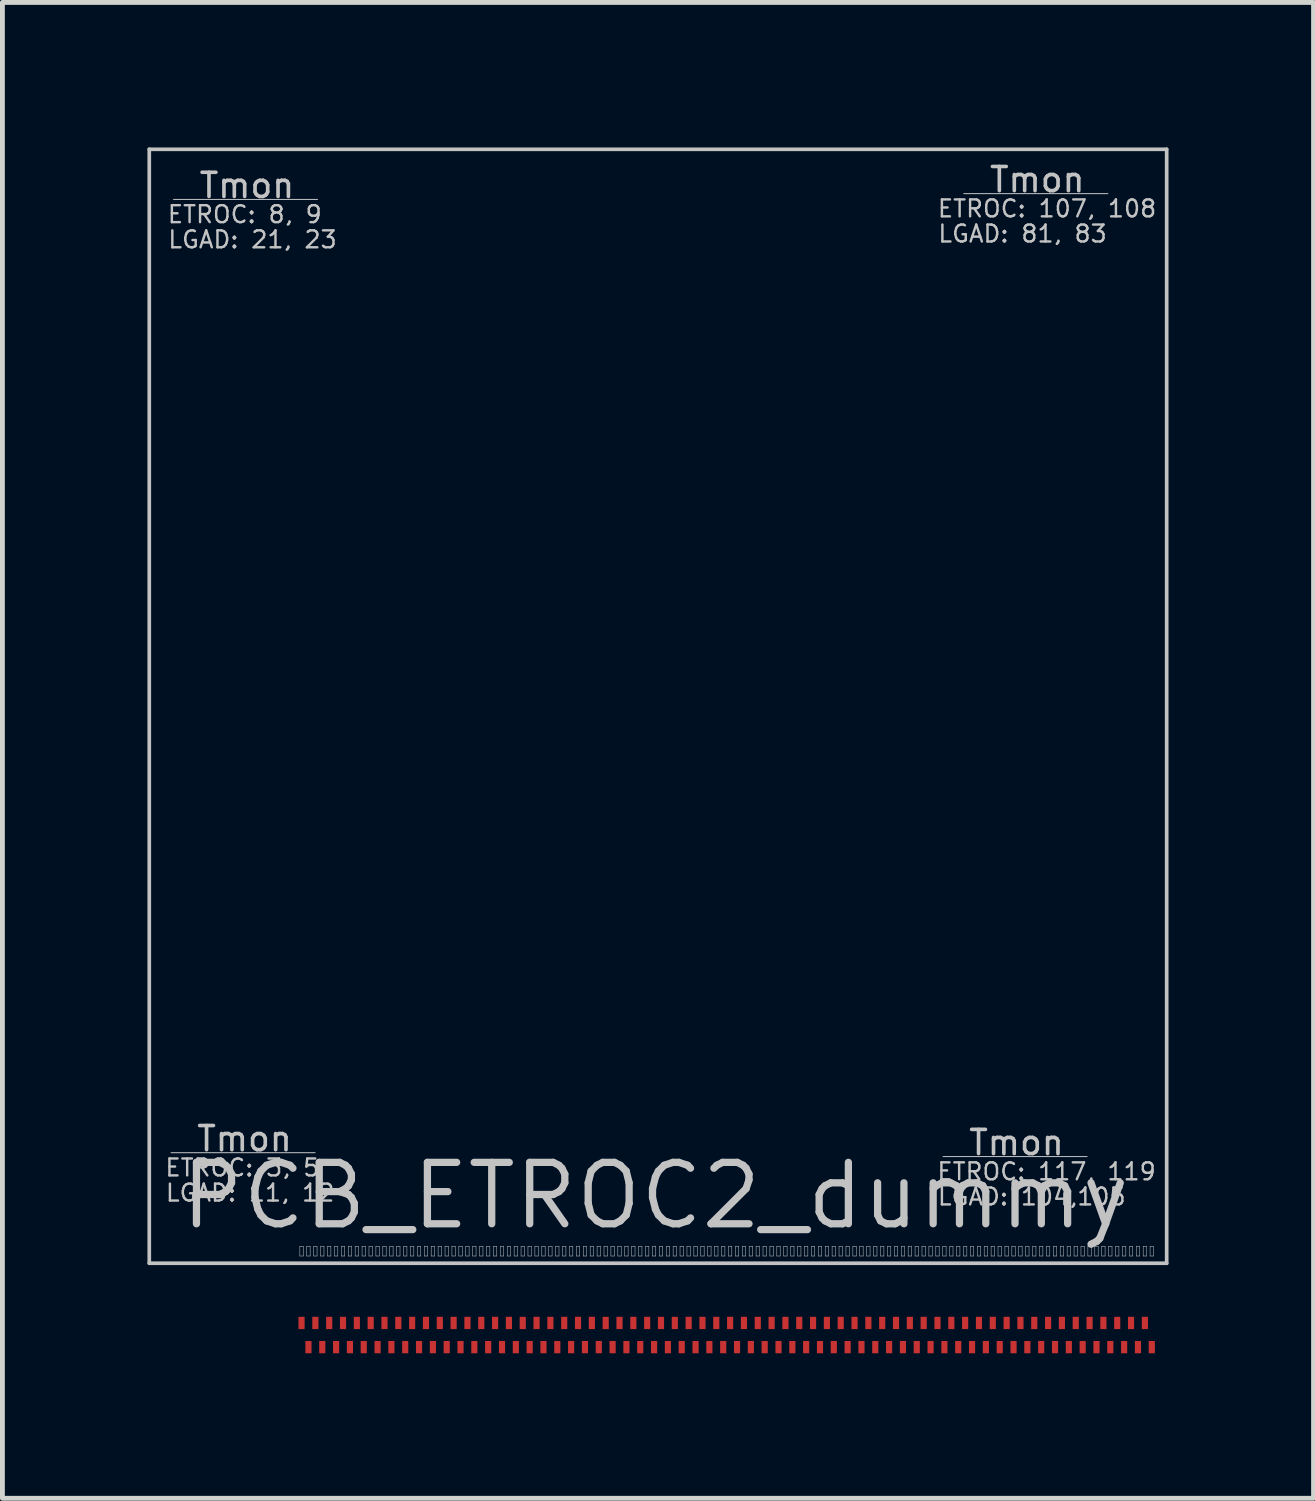
<source format=kicad_pcb>
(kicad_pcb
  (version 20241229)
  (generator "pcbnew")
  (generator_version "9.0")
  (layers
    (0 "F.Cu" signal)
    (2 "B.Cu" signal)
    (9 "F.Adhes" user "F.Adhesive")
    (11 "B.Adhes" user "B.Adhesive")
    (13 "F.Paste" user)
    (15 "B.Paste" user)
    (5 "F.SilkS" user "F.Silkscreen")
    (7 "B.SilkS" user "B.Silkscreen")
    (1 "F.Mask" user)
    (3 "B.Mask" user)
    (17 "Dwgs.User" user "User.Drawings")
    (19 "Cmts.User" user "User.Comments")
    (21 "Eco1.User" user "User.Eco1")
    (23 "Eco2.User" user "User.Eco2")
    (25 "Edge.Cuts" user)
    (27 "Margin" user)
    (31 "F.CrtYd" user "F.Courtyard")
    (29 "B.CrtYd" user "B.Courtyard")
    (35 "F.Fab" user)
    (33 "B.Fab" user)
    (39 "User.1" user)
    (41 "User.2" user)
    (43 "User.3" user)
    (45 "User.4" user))
  (footprint "PCB_ETROC2_dummy"
    (layer "F.Cu")
    (at 10.509 21.686)
    (property "Reference" "PCB_ETROC2_dummy" (at 0 0 0) (layer "Dwgs.User") (effects (font (size 1.27 1.27) (thickness 0.15))))
    (attr through_hole)
    (fp_line (start -10.471 -21.648) (end 10.576 -21.648) (stroke (width 0.076) (type solid)) (layer "Dwgs.User"))
    (fp_line (start -10.471 1.397) (end -10.471 -21.648) (stroke (width 0.076) (type solid)) (layer "Dwgs.User"))
    (fp_line (start -10.02 -0.89) (end -7.04 -0.89) (stroke (width 0.02) (type solid)) (layer "Dwgs.User"))
    (fp_line (start -9.97 -20.61) (end -6.99 -20.61) (stroke (width 0.02) (type solid)) (layer "Dwgs.User"))
    (fp_line (start -7.356 1.047) (end -7.356 1.247) (stroke (width 0.01) (type solid)) (layer "Dwgs.User"))
    (fp_line (start -7.356 1.247) (end -7.286 1.247) (stroke (width 0.01) (type solid)) (layer "Dwgs.User"))
    (fp_line (start -7.286 1.047) (end -7.356 1.047) (stroke (width 0.01) (type solid)) (layer "Dwgs.User"))
    (fp_line (start -7.286 1.247) (end -7.286 1.047) (stroke (width 0.01) (type solid)) (layer "Dwgs.User"))
    (fp_line (start -7.213 1.047) (end -7.213 1.247) (stroke (width 0.01) (type solid)) (layer "Dwgs.User"))
    (fp_line (start -7.213 1.247) (end -7.143 1.247) (stroke (width 0.01) (type solid)) (layer "Dwgs.User"))
    (fp_line (start -7.143 1.047) (end -7.213 1.047) (stroke (width 0.01) (type solid)) (layer "Dwgs.User"))
    (fp_line (start -7.143 1.247) (end -7.143 1.047) (stroke (width 0.01) (type solid)) (layer "Dwgs.User"))
    (fp_line (start -7.07 1.047) (end -7.07 1.247) (stroke (width 0.01) (type solid)) (layer "Dwgs.User"))
    (fp_line (start -7.07 1.247) (end -7 1.247) (stroke (width 0.01) (type solid)) (layer "Dwgs.User"))
    (fp_line (start -7 1.047) (end -7.07 1.047) (stroke (width 0.01) (type solid)) (layer "Dwgs.User"))
    (fp_line (start -7 1.247) (end -7 1.047) (stroke (width 0.01) (type solid)) (layer "Dwgs.User"))
    (fp_line (start -6.927 1.047) (end -6.927 1.247) (stroke (width 0.01) (type solid)) (layer "Dwgs.User"))
    (fp_line (start -6.927 1.247) (end -6.857 1.247) (stroke (width 0.01) (type solid)) (layer "Dwgs.User"))
    (fp_line (start -6.857 1.047) (end -6.927 1.047) (stroke (width 0.01) (type solid)) (layer "Dwgs.User"))
    (fp_line (start -6.857 1.247) (end -6.857 1.047) (stroke (width 0.01) (type solid)) (layer "Dwgs.User"))
    (fp_line (start -6.784 1.047) (end -6.784 1.247) (stroke (width 0.01) (type solid)) (layer "Dwgs.User"))
    (fp_line (start -6.784 1.247) (end -6.714 1.247) (stroke (width 0.01) (type solid)) (layer "Dwgs.User"))
    (fp_line (start -6.714 1.047) (end -6.784 1.047) (stroke (width 0.01) (type solid)) (layer "Dwgs.User"))
    (fp_line (start -6.714 1.247) (end -6.714 1.047) (stroke (width 0.01) (type solid)) (layer "Dwgs.User"))
    (fp_line (start -6.641 1.047) (end -6.641 1.247) (stroke (width 0.01) (type solid)) (layer "Dwgs.User"))
    (fp_line (start -6.641 1.247) (end -6.571 1.247) (stroke (width 0.01) (type solid)) (layer "Dwgs.User"))
    (fp_line (start -6.571 1.047) (end -6.641 1.047) (stroke (width 0.01) (type solid)) (layer "Dwgs.User"))
    (fp_line (start -6.571 1.247) (end -6.571 1.047) (stroke (width 0.01) (type solid)) (layer "Dwgs.User"))
    (fp_line (start -6.498 1.047) (end -6.498 1.247) (stroke (width 0.01) (type solid)) (layer "Dwgs.User"))
    (fp_line (start -6.498 1.247) (end -6.428 1.247) (stroke (width 0.01) (type solid)) (layer "Dwgs.User"))
    (fp_line (start -6.428 1.047) (end -6.498 1.047) (stroke (width 0.01) (type solid)) (layer "Dwgs.User"))
    (fp_line (start -6.428 1.247) (end -6.428 1.047) (stroke (width 0.01) (type solid)) (layer "Dwgs.User"))
    (fp_line (start -6.355 1.047) (end -6.355 1.247) (stroke (width 0.01) (type solid)) (layer "Dwgs.User"))
    (fp_line (start -6.355 1.247) (end -6.285 1.247) (stroke (width 0.01) (type solid)) (layer "Dwgs.User"))
    (fp_line (start -6.285 1.047) (end -6.355 1.047) (stroke (width 0.01) (type solid)) (layer "Dwgs.User"))
    (fp_line (start -6.285 1.247) (end -6.285 1.047) (stroke (width 0.01) (type solid)) (layer "Dwgs.User"))
    (fp_line (start -6.212 1.047) (end -6.212 1.247) (stroke (width 0.01) (type solid)) (layer "Dwgs.User"))
    (fp_line (start -6.212 1.247) (end -6.142 1.247) (stroke (width 0.01) (type solid)) (layer "Dwgs.User"))
    (fp_line (start -6.142 1.047) (end -6.212 1.047) (stroke (width 0.01) (type solid)) (layer "Dwgs.User"))
    (fp_line (start -6.142 1.247) (end -6.142 1.047) (stroke (width 0.01) (type solid)) (layer "Dwgs.User"))
    (fp_line (start -6.069 1.047) (end -6.069 1.247) (stroke (width 0.01) (type solid)) (layer "Dwgs.User"))
    (fp_line (start -6.069 1.247) (end -5.999 1.247) (stroke (width 0.01) (type solid)) (layer "Dwgs.User"))
    (fp_line (start -5.999 1.047) (end -6.069 1.047) (stroke (width 0.01) (type solid)) (layer "Dwgs.User"))
    (fp_line (start -5.999 1.247) (end -5.999 1.047) (stroke (width 0.01) (type solid)) (layer "Dwgs.User"))
    (fp_line (start -5.926 1.047) (end -5.926 1.247) (stroke (width 0.01) (type solid)) (layer "Dwgs.User"))
    (fp_line (start -5.926 1.247) (end -5.856 1.247) (stroke (width 0.01) (type solid)) (layer "Dwgs.User"))
    (fp_line (start -5.856 1.047) (end -5.926 1.047) (stroke (width 0.01) (type solid)) (layer "Dwgs.User"))
    (fp_line (start -5.856 1.247) (end -5.856 1.047) (stroke (width 0.01) (type solid)) (layer "Dwgs.User"))
    (fp_line (start -5.783 1.047) (end -5.783 1.247) (stroke (width 0.01) (type solid)) (layer "Dwgs.User"))
    (fp_line (start -5.783 1.247) (end -5.713 1.247) (stroke (width 0.01) (type solid)) (layer "Dwgs.User"))
    (fp_line (start -5.713 1.047) (end -5.783 1.047) (stroke (width 0.01) (type solid)) (layer "Dwgs.User"))
    (fp_line (start -5.713 1.247) (end -5.713 1.047) (stroke (width 0.01) (type solid)) (layer "Dwgs.User"))
    (fp_line (start -5.64 1.047) (end -5.64 1.247) (stroke (width 0.01) (type solid)) (layer "Dwgs.User"))
    (fp_line (start -5.64 1.247) (end -5.57 1.247) (stroke (width 0.01) (type solid)) (layer "Dwgs.User"))
    (fp_line (start -5.57 1.047) (end -5.64 1.047) (stroke (width 0.01) (type solid)) (layer "Dwgs.User"))
    (fp_line (start -5.57 1.247) (end -5.57 1.047) (stroke (width 0.01) (type solid)) (layer "Dwgs.User"))
    (fp_line (start -5.497 1.047) (end -5.497 1.247) (stroke (width 0.01) (type solid)) (layer "Dwgs.User"))
    (fp_line (start -5.497 1.247) (end -5.427 1.247) (stroke (width 0.01) (type solid)) (layer "Dwgs.User"))
    (fp_line (start -5.427 1.047) (end -5.497 1.047) (stroke (width 0.01) (type solid)) (layer "Dwgs.User"))
    (fp_line (start -5.427 1.247) (end -5.427 1.047) (stroke (width 0.01) (type solid)) (layer "Dwgs.User"))
    (fp_line (start -5.354 1.047) (end -5.354 1.247) (stroke (width 0.01) (type solid)) (layer "Dwgs.User"))
    (fp_line (start -5.354 1.247) (end -5.284 1.247) (stroke (width 0.01) (type solid)) (layer "Dwgs.User"))
    (fp_line (start -5.284 1.047) (end -5.354 1.047) (stroke (width 0.01) (type solid)) (layer "Dwgs.User"))
    (fp_line (start -5.284 1.247) (end -5.284 1.047) (stroke (width 0.01) (type solid)) (layer "Dwgs.User"))
    (fp_line (start -5.211 1.047) (end -5.211 1.247) (stroke (width 0.01) (type solid)) (layer "Dwgs.User"))
    (fp_line (start -5.211 1.247) (end -5.141 1.247) (stroke (width 0.01) (type solid)) (layer "Dwgs.User"))
    (fp_line (start -5.141 1.047) (end -5.211 1.047) (stroke (width 0.01) (type solid)) (layer "Dwgs.User"))
    (fp_line (start -5.141 1.247) (end -5.141 1.047) (stroke (width 0.01) (type solid)) (layer "Dwgs.User"))
    (fp_line (start -5.068 1.047) (end -5.068 1.247) (stroke (width 0.01) (type solid)) (layer "Dwgs.User"))
    (fp_line (start -5.068 1.247) (end -4.998 1.247) (stroke (width 0.01) (type solid)) (layer "Dwgs.User"))
    (fp_line (start -4.998 1.047) (end -5.068 1.047) (stroke (width 0.01) (type solid)) (layer "Dwgs.User"))
    (fp_line (start -4.998 1.247) (end -4.998 1.047) (stroke (width 0.01) (type solid)) (layer "Dwgs.User"))
    (fp_line (start -4.925 1.047) (end -4.925 1.247) (stroke (width 0.01) (type solid)) (layer "Dwgs.User"))
    (fp_line (start -4.925 1.247) (end -4.855 1.247) (stroke (width 0.01) (type solid)) (layer "Dwgs.User"))
    (fp_line (start -4.855 1.047) (end -4.925 1.047) (stroke (width 0.01) (type solid)) (layer "Dwgs.User"))
    (fp_line (start -4.855 1.247) (end -4.855 1.047) (stroke (width 0.01) (type solid)) (layer "Dwgs.User"))
    (fp_line (start -4.782 1.047) (end -4.782 1.247) (stroke (width 0.01) (type solid)) (layer "Dwgs.User"))
    (fp_line (start -4.782 1.247) (end -4.712 1.247) (stroke (width 0.01) (type solid)) (layer "Dwgs.User"))
    (fp_line (start -4.712 1.047) (end -4.782 1.047) (stroke (width 0.01) (type solid)) (layer "Dwgs.User"))
    (fp_line (start -4.712 1.247) (end -4.712 1.047) (stroke (width 0.01) (type solid)) (layer "Dwgs.User"))
    (fp_line (start -4.639 1.047) (end -4.639 1.247) (stroke (width 0.01) (type solid)) (layer "Dwgs.User"))
    (fp_line (start -4.639 1.247) (end -4.569 1.247) (stroke (width 0.01) (type solid)) (layer "Dwgs.User"))
    (fp_line (start -4.569 1.047) (end -4.639 1.047) (stroke (width 0.01) (type solid)) (layer "Dwgs.User"))
    (fp_line (start -4.569 1.247) (end -4.569 1.047) (stroke (width 0.01) (type solid)) (layer "Dwgs.User"))
    (fp_line (start -4.496 1.047) (end -4.496 1.247) (stroke (width 0.01) (type solid)) (layer "Dwgs.User"))
    (fp_line (start -4.496 1.247) (end -4.426 1.247) (stroke (width 0.01) (type solid)) (layer "Dwgs.User"))
    (fp_line (start -4.426 1.047) (end -4.496 1.047) (stroke (width 0.01) (type solid)) (layer "Dwgs.User"))
    (fp_line (start -4.426 1.247) (end -4.426 1.047) (stroke (width 0.01) (type solid)) (layer "Dwgs.User"))
    (fp_line (start -4.353 1.047) (end -4.353 1.247) (stroke (width 0.01) (type solid)) (layer "Dwgs.User"))
    (fp_line (start -4.353 1.247) (end -4.283 1.247) (stroke (width 0.01) (type solid)) (layer "Dwgs.User"))
    (fp_line (start -4.283 1.047) (end -4.353 1.047) (stroke (width 0.01) (type solid)) (layer "Dwgs.User"))
    (fp_line (start -4.283 1.247) (end -4.283 1.047) (stroke (width 0.01) (type solid)) (layer "Dwgs.User"))
    (fp_line (start -4.21 1.047) (end -4.21 1.247) (stroke (width 0.01) (type solid)) (layer "Dwgs.User"))
    (fp_line (start -4.21 1.247) (end -4.14 1.247) (stroke (width 0.01) (type solid)) (layer "Dwgs.User"))
    (fp_line (start -4.14 1.047) (end -4.21 1.047) (stroke (width 0.01) (type solid)) (layer "Dwgs.User"))
    (fp_line (start -4.14 1.247) (end -4.14 1.047) (stroke (width 0.01) (type solid)) (layer "Dwgs.User"))
    (fp_line (start -4.067 1.047) (end -4.067 1.247) (stroke (width 0.01) (type solid)) (layer "Dwgs.User"))
    (fp_line (start -4.067 1.247) (end -3.997 1.247) (stroke (width 0.01) (type solid)) (layer "Dwgs.User"))
    (fp_line (start -3.997 1.047) (end -4.067 1.047) (stroke (width 0.01) (type solid)) (layer "Dwgs.User"))
    (fp_line (start -3.997 1.247) (end -3.997 1.047) (stroke (width 0.01) (type solid)) (layer "Dwgs.User"))
    (fp_line (start -3.924 1.047) (end -3.924 1.247) (stroke (width 0.01) (type solid)) (layer "Dwgs.User"))
    (fp_line (start -3.924 1.247) (end -3.854 1.247) (stroke (width 0.01) (type solid)) (layer "Dwgs.User"))
    (fp_line (start -3.854 1.047) (end -3.924 1.047) (stroke (width 0.01) (type solid)) (layer "Dwgs.User"))
    (fp_line (start -3.854 1.247) (end -3.854 1.047) (stroke (width 0.01) (type solid)) (layer "Dwgs.User"))
    (fp_line (start -3.781 1.047) (end -3.781 1.247) (stroke (width 0.01) (type solid)) (layer "Dwgs.User"))
    (fp_line (start -3.781 1.247) (end -3.711 1.247) (stroke (width 0.01) (type solid)) (layer "Dwgs.User"))
    (fp_line (start -3.711 1.047) (end -3.781 1.047) (stroke (width 0.01) (type solid)) (layer "Dwgs.User"))
    (fp_line (start -3.711 1.247) (end -3.711 1.047) (stroke (width 0.01) (type solid)) (layer "Dwgs.User"))
    (fp_line (start -3.638 1.047) (end -3.638 1.247) (stroke (width 0.01) (type solid)) (layer "Dwgs.User"))
    (fp_line (start -3.638 1.247) (end -3.568 1.247) (stroke (width 0.01) (type solid)) (layer "Dwgs.User"))
    (fp_line (start -3.568 1.047) (end -3.638 1.047) (stroke (width 0.01) (type solid)) (layer "Dwgs.User"))
    (fp_line (start -3.568 1.247) (end -3.568 1.047) (stroke (width 0.01) (type solid)) (layer "Dwgs.User"))
    (fp_line (start -3.495 1.047) (end -3.495 1.247) (stroke (width 0.01) (type solid)) (layer "Dwgs.User"))
    (fp_line (start -3.495 1.247) (end -3.425 1.247) (stroke (width 0.01) (type solid)) (layer "Dwgs.User"))
    (fp_line (start -3.425 1.047) (end -3.495 1.047) (stroke (width 0.01) (type solid)) (layer "Dwgs.User"))
    (fp_line (start -3.425 1.247) (end -3.425 1.047) (stroke (width 0.01) (type solid)) (layer "Dwgs.User"))
    (fp_line (start -3.352 1.047) (end -3.352 1.247) (stroke (width 0.01) (type solid)) (layer "Dwgs.User"))
    (fp_line (start -3.352 1.247) (end -3.282 1.247) (stroke (width 0.01) (type solid)) (layer "Dwgs.User"))
    (fp_line (start -3.282 1.047) (end -3.352 1.047) (stroke (width 0.01) (type solid)) (layer "Dwgs.User"))
    (fp_line (start -3.282 1.247) (end -3.282 1.047) (stroke (width 0.01) (type solid)) (layer "Dwgs.User"))
    (fp_line (start -3.209 1.047) (end -3.209 1.247) (stroke (width 0.01) (type solid)) (layer "Dwgs.User"))
    (fp_line (start -3.209 1.247) (end -3.139 1.247) (stroke (width 0.01) (type solid)) (layer "Dwgs.User"))
    (fp_line (start -3.139 1.047) (end -3.209 1.047) (stroke (width 0.01) (type solid)) (layer "Dwgs.User"))
    (fp_line (start -3.139 1.247) (end -3.139 1.047) (stroke (width 0.01) (type solid)) (layer "Dwgs.User"))
    (fp_line (start -3.066 1.047) (end -3.066 1.247) (stroke (width 0.01) (type solid)) (layer "Dwgs.User"))
    (fp_line (start -3.066 1.247) (end -2.996 1.247) (stroke (width 0.01) (type solid)) (layer "Dwgs.User"))
    (fp_line (start -2.996 1.047) (end -3.066 1.047) (stroke (width 0.01) (type solid)) (layer "Dwgs.User"))
    (fp_line (start -2.996 1.247) (end -2.996 1.047) (stroke (width 0.01) (type solid)) (layer "Dwgs.User"))
    (fp_line (start -2.923 1.047) (end -2.923 1.247) (stroke (width 0.01) (type solid)) (layer "Dwgs.User"))
    (fp_line (start -2.923 1.247) (end -2.853 1.247) (stroke (width 0.01) (type solid)) (layer "Dwgs.User"))
    (fp_line (start -2.853 1.047) (end -2.923 1.047) (stroke (width 0.01) (type solid)) (layer "Dwgs.User"))
    (fp_line (start -2.853 1.247) (end -2.853 1.047) (stroke (width 0.01) (type solid)) (layer "Dwgs.User"))
    (fp_line (start -2.78 1.047) (end -2.78 1.247) (stroke (width 0.01) (type solid)) (layer "Dwgs.User"))
    (fp_line (start -2.78 1.247) (end -2.71 1.247) (stroke (width 0.01) (type solid)) (layer "Dwgs.User"))
    (fp_line (start -2.71 1.047) (end -2.78 1.047) (stroke (width 0.01) (type solid)) (layer "Dwgs.User"))
    (fp_line (start -2.71 1.247) (end -2.71 1.047) (stroke (width 0.01) (type solid)) (layer "Dwgs.User"))
    (fp_line (start -2.637 1.047) (end -2.637 1.247) (stroke (width 0.01) (type solid)) (layer "Dwgs.User"))
    (fp_line (start -2.637 1.247) (end -2.567 1.247) (stroke (width 0.01) (type solid)) (layer "Dwgs.User"))
    (fp_line (start -2.567 1.047) (end -2.637 1.047) (stroke (width 0.01) (type solid)) (layer "Dwgs.User"))
    (fp_line (start -2.567 1.247) (end -2.567 1.047) (stroke (width 0.01) (type solid)) (layer "Dwgs.User"))
    (fp_line (start -2.494 1.047) (end -2.494 1.247) (stroke (width 0.01) (type solid)) (layer "Dwgs.User"))
    (fp_line (start -2.494 1.247) (end -2.424 1.247) (stroke (width 0.01) (type solid)) (layer "Dwgs.User"))
    (fp_line (start -2.424 1.047) (end -2.494 1.047) (stroke (width 0.01) (type solid)) (layer "Dwgs.User"))
    (fp_line (start -2.424 1.247) (end -2.424 1.047) (stroke (width 0.01) (type solid)) (layer "Dwgs.User"))
    (fp_line (start -2.351 1.047) (end -2.351 1.247) (stroke (width 0.01) (type solid)) (layer "Dwgs.User"))
    (fp_line (start -2.351 1.247) (end -2.281 1.247) (stroke (width 0.01) (type solid)) (layer "Dwgs.User"))
    (fp_line (start -2.281 1.047) (end -2.351 1.047) (stroke (width 0.01) (type solid)) (layer "Dwgs.User"))
    (fp_line (start -2.281 1.247) (end -2.281 1.047) (stroke (width 0.01) (type solid)) (layer "Dwgs.User"))
    (fp_line (start -2.208 1.047) (end -2.208 1.247) (stroke (width 0.01) (type solid)) (layer "Dwgs.User"))
    (fp_line (start -2.208 1.247) (end -2.138 1.247) (stroke (width 0.01) (type solid)) (layer "Dwgs.User"))
    (fp_line (start -2.138 1.047) (end -2.208 1.047) (stroke (width 0.01) (type solid)) (layer "Dwgs.User"))
    (fp_line (start -2.138 1.247) (end -2.138 1.047) (stroke (width 0.01) (type solid)) (layer "Dwgs.User"))
    (fp_line (start -2.065 1.047) (end -2.065 1.247) (stroke (width 0.01) (type solid)) (layer "Dwgs.User"))
    (fp_line (start -2.065 1.247) (end -1.995 1.247) (stroke (width 0.01) (type solid)) (layer "Dwgs.User"))
    (fp_line (start -1.995 1.047) (end -2.065 1.047) (stroke (width 0.01) (type solid)) (layer "Dwgs.User"))
    (fp_line (start -1.995 1.247) (end -1.995 1.047) (stroke (width 0.01) (type solid)) (layer "Dwgs.User"))
    (fp_line (start -1.922 1.047) (end -1.922 1.247) (stroke (width 0.01) (type solid)) (layer "Dwgs.User"))
    (fp_line (start -1.922 1.247) (end -1.852 1.247) (stroke (width 0.01) (type solid)) (layer "Dwgs.User"))
    (fp_line (start -1.852 1.047) (end -1.922 1.047) (stroke (width 0.01) (type solid)) (layer "Dwgs.User"))
    (fp_line (start -1.852 1.247) (end -1.852 1.047) (stroke (width 0.01) (type solid)) (layer "Dwgs.User"))
    (fp_line (start -1.779 1.047) (end -1.779 1.247) (stroke (width 0.01) (type solid)) (layer "Dwgs.User"))
    (fp_line (start -1.779 1.247) (end -1.709 1.247) (stroke (width 0.01) (type solid)) (layer "Dwgs.User"))
    (fp_line (start -1.709 1.047) (end -1.779 1.047) (stroke (width 0.01) (type solid)) (layer "Dwgs.User"))
    (fp_line (start -1.709 1.247) (end -1.709 1.047) (stroke (width 0.01) (type solid)) (layer "Dwgs.User"))
    (fp_line (start -1.636 1.047) (end -1.636 1.247) (stroke (width 0.01) (type solid)) (layer "Dwgs.User"))
    (fp_line (start -1.636 1.247) (end -1.566 1.247) (stroke (width 0.01) (type solid)) (layer "Dwgs.User"))
    (fp_line (start -1.566 1.047) (end -1.636 1.047) (stroke (width 0.01) (type solid)) (layer "Dwgs.User"))
    (fp_line (start -1.566 1.247) (end -1.566 1.047) (stroke (width 0.01) (type solid)) (layer "Dwgs.User"))
    (fp_line (start -1.493 1.047) (end -1.493 1.247) (stroke (width 0.01) (type solid)) (layer "Dwgs.User"))
    (fp_line (start -1.493 1.247) (end -1.423 1.247) (stroke (width 0.01) (type solid)) (layer "Dwgs.User"))
    (fp_line (start -1.423 1.047) (end -1.493 1.047) (stroke (width 0.01) (type solid)) (layer "Dwgs.User"))
    (fp_line (start -1.423 1.247) (end -1.423 1.047) (stroke (width 0.01) (type solid)) (layer "Dwgs.User"))
    (fp_line (start -1.35 1.047) (end -1.35 1.247) (stroke (width 0.01) (type solid)) (layer "Dwgs.User"))
    (fp_line (start -1.35 1.247) (end -1.28 1.247) (stroke (width 0.01) (type solid)) (layer "Dwgs.User"))
    (fp_line (start -1.28 1.047) (end -1.35 1.047) (stroke (width 0.01) (type solid)) (layer "Dwgs.User"))
    (fp_line (start -1.28 1.247) (end -1.28 1.047) (stroke (width 0.01) (type solid)) (layer "Dwgs.User"))
    (fp_line (start -1.207 1.047) (end -1.207 1.247) (stroke (width 0.01) (type solid)) (layer "Dwgs.User"))
    (fp_line (start -1.207 1.247) (end -1.137 1.247) (stroke (width 0.01) (type solid)) (layer "Dwgs.User"))
    (fp_line (start -1.137 1.047) (end -1.207 1.047) (stroke (width 0.01) (type solid)) (layer "Dwgs.User"))
    (fp_line (start -1.137 1.247) (end -1.137 1.047) (stroke (width 0.01) (type solid)) (layer "Dwgs.User"))
    (fp_line (start -1.064 1.047) (end -1.064 1.247) (stroke (width 0.01) (type solid)) (layer "Dwgs.User"))
    (fp_line (start -1.064 1.247) (end -0.994 1.247) (stroke (width 0.01) (type solid)) (layer "Dwgs.User"))
    (fp_line (start -0.994 1.047) (end -1.064 1.047) (stroke (width 0.01) (type solid)) (layer "Dwgs.User"))
    (fp_line (start -0.994 1.247) (end -0.994 1.047) (stroke (width 0.01) (type solid)) (layer "Dwgs.User"))
    (fp_line (start -0.921 1.047) (end -0.921 1.247) (stroke (width 0.01) (type solid)) (layer "Dwgs.User"))
    (fp_line (start -0.921 1.247) (end -0.851 1.247) (stroke (width 0.01) (type solid)) (layer "Dwgs.User"))
    (fp_line (start -0.851 1.047) (end -0.921 1.047) (stroke (width 0.01) (type solid)) (layer "Dwgs.User"))
    (fp_line (start -0.851 1.247) (end -0.851 1.047) (stroke (width 0.01) (type solid)) (layer "Dwgs.User"))
    (fp_line (start -0.778 1.047) (end -0.778 1.247) (stroke (width 0.01) (type solid)) (layer "Dwgs.User"))
    (fp_line (start -0.778 1.247) (end -0.708 1.247) (stroke (width 0.01) (type solid)) (layer "Dwgs.User"))
    (fp_line (start -0.708 1.047) (end -0.778 1.047) (stroke (width 0.01) (type solid)) (layer "Dwgs.User"))
    (fp_line (start -0.708 1.247) (end -0.708 1.047) (stroke (width 0.01) (type solid)) (layer "Dwgs.User"))
    (fp_line (start -0.635 1.047) (end -0.635 1.247) (stroke (width 0.01) (type solid)) (layer "Dwgs.User"))
    (fp_line (start -0.635 1.247) (end -0.565 1.247) (stroke (width 0.01) (type solid)) (layer "Dwgs.User"))
    (fp_line (start -0.565 1.047) (end -0.635 1.047) (stroke (width 0.01) (type solid)) (layer "Dwgs.User"))
    (fp_line (start -0.565 1.247) (end -0.565 1.047) (stroke (width 0.01) (type solid)) (layer "Dwgs.User"))
    (fp_line (start -0.492 1.047) (end -0.492 1.247) (stroke (width 0.01) (type solid)) (layer "Dwgs.User"))
    (fp_line (start -0.492 1.247) (end -0.422 1.247) (stroke (width 0.01) (type solid)) (layer "Dwgs.User"))
    (fp_line (start -0.422 1.047) (end -0.492 1.047) (stroke (width 0.01) (type solid)) (layer "Dwgs.User"))
    (fp_line (start -0.422 1.247) (end -0.422 1.047) (stroke (width 0.01) (type solid)) (layer "Dwgs.User"))
    (fp_line (start -0.349 1.047) (end -0.349 1.247) (stroke (width 0.01) (type solid)) (layer "Dwgs.User"))
    (fp_line (start -0.349 1.247) (end -0.279 1.247) (stroke (width 0.01) (type solid)) (layer "Dwgs.User"))
    (fp_line (start -0.279 1.047) (end -0.349 1.047) (stroke (width 0.01) (type solid)) (layer "Dwgs.User"))
    (fp_line (start -0.279 1.247) (end -0.279 1.047) (stroke (width 0.01) (type solid)) (layer "Dwgs.User"))
    (fp_line (start -0.206 1.047) (end -0.206 1.247) (stroke (width 0.01) (type solid)) (layer "Dwgs.User"))
    (fp_line (start -0.206 1.247) (end -0.136 1.247) (stroke (width 0.01) (type solid)) (layer "Dwgs.User"))
    (fp_line (start -0.136 1.047) (end -0.206 1.047) (stroke (width 0.01) (type solid)) (layer "Dwgs.User"))
    (fp_line (start -0.136 1.247) (end -0.136 1.047) (stroke (width 0.01) (type solid)) (layer "Dwgs.User"))
    (fp_line (start -0.063 1.047) (end -0.063 1.247) (stroke (width 0.01) (type solid)) (layer "Dwgs.User"))
    (fp_line (start -0.063 1.247) (end 0.007 1.247) (stroke (width 0.01) (type solid)) (layer "Dwgs.User"))
    (fp_line (start 0.007 1.047) (end -0.063 1.047) (stroke (width 0.01) (type solid)) (layer "Dwgs.User"))
    (fp_line (start 0.007 1.247) (end 0.007 1.047) (stroke (width 0.01) (type solid)) (layer "Dwgs.User"))
    (fp_line (start 0.08 1.047) (end 0.08 1.247) (stroke (width 0.01) (type solid)) (layer "Dwgs.User"))
    (fp_line (start 0.08 1.247) (end 0.15 1.247) (stroke (width 0.01) (type solid)) (layer "Dwgs.User"))
    (fp_line (start 0.15 1.047) (end 0.08 1.047) (stroke (width 0.01) (type solid)) (layer "Dwgs.User"))
    (fp_line (start 0.15 1.247) (end 0.15 1.047) (stroke (width 0.01) (type solid)) (layer "Dwgs.User"))
    (fp_line (start 0.223 1.047) (end 0.223 1.247) (stroke (width 0.01) (type solid)) (layer "Dwgs.User"))
    (fp_line (start 0.223 1.247) (end 0.293 1.247) (stroke (width 0.01) (type solid)) (layer "Dwgs.User"))
    (fp_line (start 0.293 1.047) (end 0.223 1.047) (stroke (width 0.01) (type solid)) (layer "Dwgs.User"))
    (fp_line (start 0.293 1.247) (end 0.293 1.047) (stroke (width 0.01) (type solid)) (layer "Dwgs.User"))
    (fp_line (start 0.366 1.047) (end 0.366 1.247) (stroke (width 0.01) (type solid)) (layer "Dwgs.User"))
    (fp_line (start 0.366 1.247) (end 0.436 1.247) (stroke (width 0.01) (type solid)) (layer "Dwgs.User"))
    (fp_line (start 0.436 1.047) (end 0.366 1.047) (stroke (width 0.01) (type solid)) (layer "Dwgs.User"))
    (fp_line (start 0.436 1.247) (end 0.436 1.047) (stroke (width 0.01) (type solid)) (layer "Dwgs.User"))
    (fp_line (start 0.509 1.047) (end 0.509 1.247) (stroke (width 0.01) (type solid)) (layer "Dwgs.User"))
    (fp_line (start 0.509 1.247) (end 0.579 1.247) (stroke (width 0.01) (type solid)) (layer "Dwgs.User"))
    (fp_line (start 0.579 1.047) (end 0.509 1.047) (stroke (width 0.01) (type solid)) (layer "Dwgs.User"))
    (fp_line (start 0.579 1.247) (end 0.579 1.047) (stroke (width 0.01) (type solid)) (layer "Dwgs.User"))
    (fp_line (start 0.652 1.047) (end 0.652 1.247) (stroke (width 0.01) (type solid)) (layer "Dwgs.User"))
    (fp_line (start 0.652 1.247) (end 0.722 1.247) (stroke (width 0.01) (type solid)) (layer "Dwgs.User"))
    (fp_line (start 0.722 1.047) (end 0.652 1.047) (stroke (width 0.01) (type solid)) (layer "Dwgs.User"))
    (fp_line (start 0.722 1.247) (end 0.722 1.047) (stroke (width 0.01) (type solid)) (layer "Dwgs.User"))
    (fp_line (start 0.795 1.047) (end 0.795 1.247) (stroke (width 0.01) (type solid)) (layer "Dwgs.User"))
    (fp_line (start 0.795 1.247) (end 0.865 1.247) (stroke (width 0.01) (type solid)) (layer "Dwgs.User"))
    (fp_line (start 0.865 1.047) (end 0.795 1.047) (stroke (width 0.01) (type solid)) (layer "Dwgs.User"))
    (fp_line (start 0.865 1.247) (end 0.865 1.047) (stroke (width 0.01) (type solid)) (layer "Dwgs.User"))
    (fp_line (start 0.938 1.047) (end 0.938 1.247) (stroke (width 0.01) (type solid)) (layer "Dwgs.User"))
    (fp_line (start 0.938 1.247) (end 1.008 1.247) (stroke (width 0.01) (type solid)) (layer "Dwgs.User"))
    (fp_line (start 1.008 1.047) (end 0.938 1.047) (stroke (width 0.01) (type solid)) (layer "Dwgs.User"))
    (fp_line (start 1.008 1.247) (end 1.008 1.047) (stroke (width 0.01) (type solid)) (layer "Dwgs.User"))
    (fp_line (start 1.081 1.047) (end 1.081 1.247) (stroke (width 0.01) (type solid)) (layer "Dwgs.User"))
    (fp_line (start 1.081 1.247) (end 1.151 1.247) (stroke (width 0.01) (type solid)) (layer "Dwgs.User"))
    (fp_line (start 1.151 1.047) (end 1.081 1.047) (stroke (width 0.01) (type solid)) (layer "Dwgs.User"))
    (fp_line (start 1.151 1.247) (end 1.151 1.047) (stroke (width 0.01) (type solid)) (layer "Dwgs.User"))
    (fp_line (start 1.224 1.047) (end 1.224 1.247) (stroke (width 0.01) (type solid)) (layer "Dwgs.User"))
    (fp_line (start 1.224 1.247) (end 1.294 1.247) (stroke (width 0.01) (type solid)) (layer "Dwgs.User"))
    (fp_line (start 1.294 1.047) (end 1.224 1.047) (stroke (width 0.01) (type solid)) (layer "Dwgs.User"))
    (fp_line (start 1.294 1.247) (end 1.294 1.047) (stroke (width 0.01) (type solid)) (layer "Dwgs.User"))
    (fp_line (start 1.367 1.047) (end 1.367 1.247) (stroke (width 0.01) (type solid)) (layer "Dwgs.User"))
    (fp_line (start 1.367 1.247) (end 1.437 1.247) (stroke (width 0.01) (type solid)) (layer "Dwgs.User"))
    (fp_line (start 1.437 1.047) (end 1.367 1.047) (stroke (width 0.01) (type solid)) (layer "Dwgs.User"))
    (fp_line (start 1.437 1.247) (end 1.437 1.047) (stroke (width 0.01) (type solid)) (layer "Dwgs.User"))
    (fp_line (start 1.51 1.047) (end 1.51 1.247) (stroke (width 0.01) (type solid)) (layer "Dwgs.User"))
    (fp_line (start 1.51 1.247) (end 1.58 1.247) (stroke (width 0.01) (type solid)) (layer "Dwgs.User"))
    (fp_line (start 1.58 1.047) (end 1.51 1.047) (stroke (width 0.01) (type solid)) (layer "Dwgs.User"))
    (fp_line (start 1.58 1.247) (end 1.58 1.047) (stroke (width 0.01) (type solid)) (layer "Dwgs.User"))
    (fp_line (start 1.653 1.047) (end 1.653 1.247) (stroke (width 0.01) (type solid)) (layer "Dwgs.User"))
    (fp_line (start 1.653 1.247) (end 1.723 1.247) (stroke (width 0.01) (type solid)) (layer "Dwgs.User"))
    (fp_line (start 1.723 1.047) (end 1.653 1.047) (stroke (width 0.01) (type solid)) (layer "Dwgs.User"))
    (fp_line (start 1.723 1.247) (end 1.723 1.047) (stroke (width 0.01) (type solid)) (layer "Dwgs.User"))
    (fp_line (start 1.796 1.047) (end 1.796 1.247) (stroke (width 0.01) (type solid)) (layer "Dwgs.User"))
    (fp_line (start 1.796 1.247) (end 1.866 1.247) (stroke (width 0.01) (type solid)) (layer "Dwgs.User"))
    (fp_line (start 1.866 1.047) (end 1.796 1.047) (stroke (width 0.01) (type solid)) (layer "Dwgs.User"))
    (fp_line (start 1.866 1.247) (end 1.866 1.047) (stroke (width 0.01) (type solid)) (layer "Dwgs.User"))
    (fp_line (start 1.939 1.047) (end 1.939 1.247) (stroke (width 0.01) (type solid)) (layer "Dwgs.User"))
    (fp_line (start 1.939 1.247) (end 2.009 1.247) (stroke (width 0.01) (type solid)) (layer "Dwgs.User"))
    (fp_line (start 2.009 1.047) (end 1.939 1.047) (stroke (width 0.01) (type solid)) (layer "Dwgs.User"))
    (fp_line (start 2.009 1.247) (end 2.009 1.047) (stroke (width 0.01) (type solid)) (layer "Dwgs.User"))
    (fp_line (start 2.082 1.047) (end 2.082 1.247) (stroke (width 0.01) (type solid)) (layer "Dwgs.User"))
    (fp_line (start 2.082 1.247) (end 2.152 1.247) (stroke (width 0.01) (type solid)) (layer "Dwgs.User"))
    (fp_line (start 2.152 1.047) (end 2.082 1.047) (stroke (width 0.01) (type solid)) (layer "Dwgs.User"))
    (fp_line (start 2.152 1.247) (end 2.152 1.047) (stroke (width 0.01) (type solid)) (layer "Dwgs.User"))
    (fp_line (start 2.225 1.047) (end 2.225 1.247) (stroke (width 0.01) (type solid)) (layer "Dwgs.User"))
    (fp_line (start 2.225 1.247) (end 2.295 1.247) (stroke (width 0.01) (type solid)) (layer "Dwgs.User"))
    (fp_line (start 2.295 1.047) (end 2.225 1.047) (stroke (width 0.01) (type solid)) (layer "Dwgs.User"))
    (fp_line (start 2.295 1.247) (end 2.295 1.047) (stroke (width 0.01) (type solid)) (layer "Dwgs.User"))
    (fp_line (start 2.368 1.047) (end 2.368 1.247) (stroke (width 0.01) (type solid)) (layer "Dwgs.User"))
    (fp_line (start 2.368 1.247) (end 2.438 1.247) (stroke (width 0.01) (type solid)) (layer "Dwgs.User"))
    (fp_line (start 2.438 1.047) (end 2.368 1.047) (stroke (width 0.01) (type solid)) (layer "Dwgs.User"))
    (fp_line (start 2.438 1.247) (end 2.438 1.047) (stroke (width 0.01) (type solid)) (layer "Dwgs.User"))
    (fp_line (start 2.511 1.047) (end 2.511 1.247) (stroke (width 0.01) (type solid)) (layer "Dwgs.User"))
    (fp_line (start 2.511 1.247) (end 2.581 1.247) (stroke (width 0.01) (type solid)) (layer "Dwgs.User"))
    (fp_line (start 2.581 1.047) (end 2.511 1.047) (stroke (width 0.01) (type solid)) (layer "Dwgs.User"))
    (fp_line (start 2.581 1.247) (end 2.581 1.047) (stroke (width 0.01) (type solid)) (layer "Dwgs.User"))
    (fp_line (start 2.654 1.047) (end 2.654 1.247) (stroke (width 0.01) (type solid)) (layer "Dwgs.User"))
    (fp_line (start 2.654 1.247) (end 2.724 1.247) (stroke (width 0.01) (type solid)) (layer "Dwgs.User"))
    (fp_line (start 2.724 1.047) (end 2.654 1.047) (stroke (width 0.01) (type solid)) (layer "Dwgs.User"))
    (fp_line (start 2.724 1.247) (end 2.724 1.047) (stroke (width 0.01) (type solid)) (layer "Dwgs.User"))
    (fp_line (start 2.797 1.047) (end 2.797 1.247) (stroke (width 0.01) (type solid)) (layer "Dwgs.User"))
    (fp_line (start 2.797 1.247) (end 2.867 1.247) (stroke (width 0.01) (type solid)) (layer "Dwgs.User"))
    (fp_line (start 2.867 1.047) (end 2.797 1.047) (stroke (width 0.01) (type solid)) (layer "Dwgs.User"))
    (fp_line (start 2.867 1.247) (end 2.867 1.047) (stroke (width 0.01) (type solid)) (layer "Dwgs.User"))
    (fp_line (start 2.94 1.047) (end 2.94 1.247) (stroke (width 0.01) (type solid)) (layer "Dwgs.User"))
    (fp_line (start 2.94 1.247) (end 3.01 1.247) (stroke (width 0.01) (type solid)) (layer "Dwgs.User"))
    (fp_line (start 3.01 1.047) (end 2.94 1.047) (stroke (width 0.01) (type solid)) (layer "Dwgs.User"))
    (fp_line (start 3.01 1.247) (end 3.01 1.047) (stroke (width 0.01) (type solid)) (layer "Dwgs.User"))
    (fp_line (start 3.083 1.047) (end 3.083 1.247) (stroke (width 0.01) (type solid)) (layer "Dwgs.User"))
    (fp_line (start 3.083 1.247) (end 3.153 1.247) (stroke (width 0.01) (type solid)) (layer "Dwgs.User"))
    (fp_line (start 3.153 1.047) (end 3.083 1.047) (stroke (width 0.01) (type solid)) (layer "Dwgs.User"))
    (fp_line (start 3.153 1.247) (end 3.153 1.047) (stroke (width 0.01) (type solid)) (layer "Dwgs.User"))
    (fp_line (start 3.226 1.047) (end 3.226 1.247) (stroke (width 0.01) (type solid)) (layer "Dwgs.User"))
    (fp_line (start 3.226 1.247) (end 3.296 1.247) (stroke (width 0.01) (type solid)) (layer "Dwgs.User"))
    (fp_line (start 3.296 1.047) (end 3.226 1.047) (stroke (width 0.01) (type solid)) (layer "Dwgs.User"))
    (fp_line (start 3.296 1.247) (end 3.296 1.047) (stroke (width 0.01) (type solid)) (layer "Dwgs.User"))
    (fp_line (start 3.369 1.047) (end 3.369 1.247) (stroke (width 0.01) (type solid)) (layer "Dwgs.User"))
    (fp_line (start 3.369 1.247) (end 3.439 1.247) (stroke (width 0.01) (type solid)) (layer "Dwgs.User"))
    (fp_line (start 3.439 1.047) (end 3.369 1.047) (stroke (width 0.01) (type solid)) (layer "Dwgs.User"))
    (fp_line (start 3.439 1.247) (end 3.439 1.047) (stroke (width 0.01) (type solid)) (layer "Dwgs.User"))
    (fp_line (start 3.512 1.047) (end 3.512 1.247) (stroke (width 0.01) (type solid)) (layer "Dwgs.User"))
    (fp_line (start 3.512 1.247) (end 3.582 1.247) (stroke (width 0.01) (type solid)) (layer "Dwgs.User"))
    (fp_line (start 3.582 1.047) (end 3.512 1.047) (stroke (width 0.01) (type solid)) (layer "Dwgs.User"))
    (fp_line (start 3.582 1.247) (end 3.582 1.047) (stroke (width 0.01) (type solid)) (layer "Dwgs.User"))
    (fp_line (start 3.655 1.047) (end 3.655 1.247) (stroke (width 0.01) (type solid)) (layer "Dwgs.User"))
    (fp_line (start 3.655 1.247) (end 3.725 1.247) (stroke (width 0.01) (type solid)) (layer "Dwgs.User"))
    (fp_line (start 3.725 1.047) (end 3.655 1.047) (stroke (width 0.01) (type solid)) (layer "Dwgs.User"))
    (fp_line (start 3.725 1.247) (end 3.725 1.047) (stroke (width 0.01) (type solid)) (layer "Dwgs.User"))
    (fp_line (start 3.798 1.047) (end 3.798 1.247) (stroke (width 0.01) (type solid)) (layer "Dwgs.User"))
    (fp_line (start 3.798 1.247) (end 3.868 1.247) (stroke (width 0.01) (type solid)) (layer "Dwgs.User"))
    (fp_line (start 3.868 1.047) (end 3.798 1.047) (stroke (width 0.01) (type solid)) (layer "Dwgs.User"))
    (fp_line (start 3.868 1.247) (end 3.868 1.047) (stroke (width 0.01) (type solid)) (layer "Dwgs.User"))
    (fp_line (start 3.941 1.047) (end 3.941 1.247) (stroke (width 0.01) (type solid)) (layer "Dwgs.User"))
    (fp_line (start 3.941 1.247) (end 4.011 1.247) (stroke (width 0.01) (type solid)) (layer "Dwgs.User"))
    (fp_line (start 4.011 1.047) (end 3.941 1.047) (stroke (width 0.01) (type solid)) (layer "Dwgs.User"))
    (fp_line (start 4.011 1.247) (end 4.011 1.047) (stroke (width 0.01) (type solid)) (layer "Dwgs.User"))
    (fp_line (start 4.084 1.047) (end 4.084 1.247) (stroke (width 0.01) (type solid)) (layer "Dwgs.User"))
    (fp_line (start 4.084 1.247) (end 4.154 1.247) (stroke (width 0.01) (type solid)) (layer "Dwgs.User"))
    (fp_line (start 4.154 1.047) (end 4.084 1.047) (stroke (width 0.01) (type solid)) (layer "Dwgs.User"))
    (fp_line (start 4.154 1.247) (end 4.154 1.047) (stroke (width 0.01) (type solid)) (layer "Dwgs.User"))
    (fp_line (start 4.227 1.047) (end 4.227 1.247) (stroke (width 0.01) (type solid)) (layer "Dwgs.User"))
    (fp_line (start 4.227 1.247) (end 4.297 1.247) (stroke (width 0.01) (type solid)) (layer "Dwgs.User"))
    (fp_line (start 4.297 1.047) (end 4.227 1.047) (stroke (width 0.01) (type solid)) (layer "Dwgs.User"))
    (fp_line (start 4.297 1.247) (end 4.297 1.047) (stroke (width 0.01) (type solid)) (layer "Dwgs.User"))
    (fp_line (start 4.37 1.047) (end 4.37 1.247) (stroke (width 0.01) (type solid)) (layer "Dwgs.User"))
    (fp_line (start 4.37 1.247) (end 4.44 1.247) (stroke (width 0.01) (type solid)) (layer "Dwgs.User"))
    (fp_line (start 4.44 1.047) (end 4.37 1.047) (stroke (width 0.01) (type solid)) (layer "Dwgs.User"))
    (fp_line (start 4.44 1.247) (end 4.44 1.047) (stroke (width 0.01) (type solid)) (layer "Dwgs.User"))
    (fp_line (start 4.513 1.047) (end 4.513 1.247) (stroke (width 0.01) (type solid)) (layer "Dwgs.User"))
    (fp_line (start 4.513 1.247) (end 4.583 1.247) (stroke (width 0.01) (type solid)) (layer "Dwgs.User"))
    (fp_line (start 4.583 1.047) (end 4.513 1.047) (stroke (width 0.01) (type solid)) (layer "Dwgs.User"))
    (fp_line (start 4.583 1.247) (end 4.583 1.047) (stroke (width 0.01) (type solid)) (layer "Dwgs.User"))
    (fp_line (start 4.656 1.047) (end 4.656 1.247) (stroke (width 0.01) (type solid)) (layer "Dwgs.User"))
    (fp_line (start 4.656 1.247) (end 4.726 1.247) (stroke (width 0.01) (type solid)) (layer "Dwgs.User"))
    (fp_line (start 4.726 1.047) (end 4.656 1.047) (stroke (width 0.01) (type solid)) (layer "Dwgs.User"))
    (fp_line (start 4.726 1.247) (end 4.726 1.047) (stroke (width 0.01) (type solid)) (layer "Dwgs.User"))
    (fp_line (start 4.799 1.047) (end 4.799 1.247) (stroke (width 0.01) (type solid)) (layer "Dwgs.User"))
    (fp_line (start 4.799 1.247) (end 4.869 1.247) (stroke (width 0.01) (type solid)) (layer "Dwgs.User"))
    (fp_line (start 4.869 1.047) (end 4.799 1.047) (stroke (width 0.01) (type solid)) (layer "Dwgs.User"))
    (fp_line (start 4.869 1.247) (end 4.869 1.047) (stroke (width 0.01) (type solid)) (layer "Dwgs.User"))
    (fp_line (start 4.942 1.047) (end 4.942 1.247) (stroke (width 0.01) (type solid)) (layer "Dwgs.User"))
    (fp_line (start 4.942 1.247) (end 5.012 1.247) (stroke (width 0.01) (type solid)) (layer "Dwgs.User"))
    (fp_line (start 5.012 1.047) (end 4.942 1.047) (stroke (width 0.01) (type solid)) (layer "Dwgs.User"))
    (fp_line (start 5.012 1.247) (end 5.012 1.047) (stroke (width 0.01) (type solid)) (layer "Dwgs.User"))
    (fp_line (start 5.085 1.047) (end 5.085 1.247) (stroke (width 0.01) (type solid)) (layer "Dwgs.User"))
    (fp_line (start 5.085 1.247) (end 5.155 1.247) (stroke (width 0.01) (type solid)) (layer "Dwgs.User"))
    (fp_line (start 5.155 1.047) (end 5.085 1.047) (stroke (width 0.01) (type solid)) (layer "Dwgs.User"))
    (fp_line (start 5.155 1.247) (end 5.155 1.047) (stroke (width 0.01) (type solid)) (layer "Dwgs.User"))
    (fp_line (start 5.228 1.047) (end 5.228 1.247) (stroke (width 0.01) (type solid)) (layer "Dwgs.User"))
    (fp_line (start 5.228 1.247) (end 5.298 1.247) (stroke (width 0.01) (type solid)) (layer "Dwgs.User"))
    (fp_line (start 5.298 1.047) (end 5.228 1.047) (stroke (width 0.01) (type solid)) (layer "Dwgs.User"))
    (fp_line (start 5.298 1.247) (end 5.298 1.047) (stroke (width 0.01) (type solid)) (layer "Dwgs.User"))
    (fp_line (start 5.371 1.047) (end 5.371 1.247) (stroke (width 0.01) (type solid)) (layer "Dwgs.User"))
    (fp_line (start 5.371 1.247) (end 5.441 1.247) (stroke (width 0.01) (type solid)) (layer "Dwgs.User"))
    (fp_line (start 5.441 1.047) (end 5.371 1.047) (stroke (width 0.01) (type solid)) (layer "Dwgs.User"))
    (fp_line (start 5.441 1.247) (end 5.441 1.047) (stroke (width 0.01) (type solid)) (layer "Dwgs.User"))
    (fp_line (start 5.514 1.047) (end 5.514 1.247) (stroke (width 0.01) (type solid)) (layer "Dwgs.User"))
    (fp_line (start 5.514 1.247) (end 5.584 1.247) (stroke (width 0.01) (type solid)) (layer "Dwgs.User"))
    (fp_line (start 5.584 1.047) (end 5.514 1.047) (stroke (width 0.01) (type solid)) (layer "Dwgs.User"))
    (fp_line (start 5.584 1.247) (end 5.584 1.047) (stroke (width 0.01) (type solid)) (layer "Dwgs.User"))
    (fp_line (start 5.657 1.047) (end 5.657 1.247) (stroke (width 0.01) (type solid)) (layer "Dwgs.User"))
    (fp_line (start 5.657 1.247) (end 5.727 1.247) (stroke (width 0.01) (type solid)) (layer "Dwgs.User"))
    (fp_line (start 5.727 1.047) (end 5.657 1.047) (stroke (width 0.01) (type solid)) (layer "Dwgs.User"))
    (fp_line (start 5.727 1.247) (end 5.727 1.047) (stroke (width 0.01) (type solid)) (layer "Dwgs.User"))
    (fp_line (start 5.8 1.047) (end 5.8 1.247) (stroke (width 0.01) (type solid)) (layer "Dwgs.User"))
    (fp_line (start 5.8 1.247) (end 5.87 1.247) (stroke (width 0.01) (type solid)) (layer "Dwgs.User"))
    (fp_line (start 5.87 1.047) (end 5.8 1.047) (stroke (width 0.01) (type solid)) (layer "Dwgs.User"))
    (fp_line (start 5.87 1.247) (end 5.87 1.047) (stroke (width 0.01) (type solid)) (layer "Dwgs.User"))
    (fp_line (start 5.943 1.047) (end 5.943 1.247) (stroke (width 0.01) (type solid)) (layer "Dwgs.User"))
    (fp_line (start 5.943 1.247) (end 6.013 1.247) (stroke (width 0.01) (type solid)) (layer "Dwgs.User"))
    (fp_line (start 5.95 -0.81) (end 8.93 -0.81) (stroke (width 0.02) (type solid)) (layer "Dwgs.User"))
    (fp_line (start 6.013 1.047) (end 5.943 1.047) (stroke (width 0.01) (type solid)) (layer "Dwgs.User"))
    (fp_line (start 6.013 1.247) (end 6.013 1.047) (stroke (width 0.01) (type solid)) (layer "Dwgs.User"))
    (fp_line (start 6.086 1.047) (end 6.086 1.247) (stroke (width 0.01) (type solid)) (layer "Dwgs.User"))
    (fp_line (start 6.086 1.247) (end 6.156 1.247) (stroke (width 0.01) (type solid)) (layer "Dwgs.User"))
    (fp_line (start 6.156 1.047) (end 6.086 1.047) (stroke (width 0.01) (type solid)) (layer "Dwgs.User"))
    (fp_line (start 6.156 1.247) (end 6.156 1.047) (stroke (width 0.01) (type solid)) (layer "Dwgs.User"))
    (fp_line (start 6.229 1.047) (end 6.229 1.247) (stroke (width 0.01) (type solid)) (layer "Dwgs.User"))
    (fp_line (start 6.229 1.247) (end 6.299 1.247) (stroke (width 0.01) (type solid)) (layer "Dwgs.User"))
    (fp_line (start 6.299 1.047) (end 6.229 1.047) (stroke (width 0.01) (type solid)) (layer "Dwgs.User"))
    (fp_line (start 6.299 1.247) (end 6.299 1.047) (stroke (width 0.01) (type solid)) (layer "Dwgs.User"))
    (fp_line (start 6.372 1.047) (end 6.372 1.247) (stroke (width 0.01) (type solid)) (layer "Dwgs.User"))
    (fp_line (start 6.372 1.247) (end 6.442 1.247) (stroke (width 0.01) (type solid)) (layer "Dwgs.User"))
    (fp_line (start 6.38 -20.73) (end 9.36 -20.73) (stroke (width 0.02) (type solid)) (layer "Dwgs.User"))
    (fp_line (start 6.442 1.047) (end 6.372 1.047) (stroke (width 0.01) (type solid)) (layer "Dwgs.User"))
    (fp_line (start 6.442 1.247) (end 6.442 1.047) (stroke (width 0.01) (type solid)) (layer "Dwgs.User"))
    (fp_line (start 6.515 1.047) (end 6.515 1.247) (stroke (width 0.01) (type solid)) (layer "Dwgs.User"))
    (fp_line (start 6.515 1.247) (end 6.585 1.247) (stroke (width 0.01) (type solid)) (layer "Dwgs.User"))
    (fp_line (start 6.585 1.047) (end 6.515 1.047) (stroke (width 0.01) (type solid)) (layer "Dwgs.User"))
    (fp_line (start 6.585 1.247) (end 6.585 1.047) (stroke (width 0.01) (type solid)) (layer "Dwgs.User"))
    (fp_line (start 6.658 1.047) (end 6.658 1.247) (stroke (width 0.01) (type solid)) (layer "Dwgs.User"))
    (fp_line (start 6.658 1.247) (end 6.728 1.247) (stroke (width 0.01) (type solid)) (layer "Dwgs.User"))
    (fp_line (start 6.728 1.047) (end 6.658 1.047) (stroke (width 0.01) (type solid)) (layer "Dwgs.User"))
    (fp_line (start 6.728 1.247) (end 6.728 1.047) (stroke (width 0.01) (type solid)) (layer "Dwgs.User"))
    (fp_line (start 6.801 1.047) (end 6.801 1.247) (stroke (width 0.01) (type solid)) (layer "Dwgs.User"))
    (fp_line (start 6.801 1.247) (end 6.871 1.247) (stroke (width 0.01) (type solid)) (layer "Dwgs.User"))
    (fp_line (start 6.871 1.047) (end 6.801 1.047) (stroke (width 0.01) (type solid)) (layer "Dwgs.User"))
    (fp_line (start 6.871 1.247) (end 6.871 1.047) (stroke (width 0.01) (type solid)) (layer "Dwgs.User"))
    (fp_line (start 6.944 1.047) (end 6.944 1.247) (stroke (width 0.01) (type solid)) (layer "Dwgs.User"))
    (fp_line (start 6.944 1.247) (end 7.014 1.247) (stroke (width 0.01) (type solid)) (layer "Dwgs.User"))
    (fp_line (start 7.014 1.047) (end 6.944 1.047) (stroke (width 0.01) (type solid)) (layer "Dwgs.User"))
    (fp_line (start 7.014 1.247) (end 7.014 1.047) (stroke (width 0.01) (type solid)) (layer "Dwgs.User"))
    (fp_line (start 7.087 1.047) (end 7.087 1.247) (stroke (width 0.01) (type solid)) (layer "Dwgs.User"))
    (fp_line (start 7.087 1.247) (end 7.157 1.247) (stroke (width 0.01) (type solid)) (layer "Dwgs.User"))
    (fp_line (start 7.157 1.047) (end 7.087 1.047) (stroke (width 0.01) (type solid)) (layer "Dwgs.User"))
    (fp_line (start 7.157 1.247) (end 7.157 1.047) (stroke (width 0.01) (type solid)) (layer "Dwgs.User"))
    (fp_line (start 7.23 1.047) (end 7.23 1.247) (stroke (width 0.01) (type solid)) (layer "Dwgs.User"))
    (fp_line (start 7.23 1.247) (end 7.3 1.247) (stroke (width 0.01) (type solid)) (layer "Dwgs.User"))
    (fp_line (start 7.3 1.047) (end 7.23 1.047) (stroke (width 0.01) (type solid)) (layer "Dwgs.User"))
    (fp_line (start 7.3 1.247) (end 7.3 1.047) (stroke (width 0.01) (type solid)) (layer "Dwgs.User"))
    (fp_line (start 7.373 1.047) (end 7.373 1.247) (stroke (width 0.01) (type solid)) (layer "Dwgs.User"))
    (fp_line (start 7.373 1.247) (end 7.443 1.247) (stroke (width 0.01) (type solid)) (layer "Dwgs.User"))
    (fp_line (start 7.443 1.047) (end 7.373 1.047) (stroke (width 0.01) (type solid)) (layer "Dwgs.User"))
    (fp_line (start 7.443 1.247) (end 7.443 1.047) (stroke (width 0.01) (type solid)) (layer "Dwgs.User"))
    (fp_line (start 7.516 1.047) (end 7.516 1.247) (stroke (width 0.01) (type solid)) (layer "Dwgs.User"))
    (fp_line (start 7.516 1.247) (end 7.586 1.247) (stroke (width 0.01) (type solid)) (layer "Dwgs.User"))
    (fp_line (start 7.586 1.047) (end 7.516 1.047) (stroke (width 0.01) (type solid)) (layer "Dwgs.User"))
    (fp_line (start 7.586 1.247) (end 7.586 1.047) (stroke (width 0.01) (type solid)) (layer "Dwgs.User"))
    (fp_line (start 7.659 1.047) (end 7.659 1.247) (stroke (width 0.01) (type solid)) (layer "Dwgs.User"))
    (fp_line (start 7.659 1.247) (end 7.729 1.247) (stroke (width 0.01) (type solid)) (layer "Dwgs.User"))
    (fp_line (start 7.729 1.047) (end 7.659 1.047) (stroke (width 0.01) (type solid)) (layer "Dwgs.User"))
    (fp_line (start 7.729 1.247) (end 7.729 1.047) (stroke (width 0.01) (type solid)) (layer "Dwgs.User"))
    (fp_line (start 7.802 1.047) (end 7.802 1.247) (stroke (width 0.01) (type solid)) (layer "Dwgs.User"))
    (fp_line (start 7.802 1.247) (end 7.872 1.247) (stroke (width 0.01) (type solid)) (layer "Dwgs.User"))
    (fp_line (start 7.872 1.047) (end 7.802 1.047) (stroke (width 0.01) (type solid)) (layer "Dwgs.User"))
    (fp_line (start 7.872 1.247) (end 7.872 1.047) (stroke (width 0.01) (type solid)) (layer "Dwgs.User"))
    (fp_line (start 7.945 1.047) (end 7.945 1.247) (stroke (width 0.01) (type solid)) (layer "Dwgs.User"))
    (fp_line (start 7.945 1.247) (end 8.015 1.247) (stroke (width 0.01) (type solid)) (layer "Dwgs.User"))
    (fp_line (start 8.015 1.047) (end 7.945 1.047) (stroke (width 0.01) (type solid)) (layer "Dwgs.User"))
    (fp_line (start 8.015 1.247) (end 8.015 1.047) (stroke (width 0.01) (type solid)) (layer "Dwgs.User"))
    (fp_line (start 8.088 1.047) (end 8.088 1.247) (stroke (width 0.01) (type solid)) (layer "Dwgs.User"))
    (fp_line (start 8.088 1.247) (end 8.158 1.247) (stroke (width 0.01) (type solid)) (layer "Dwgs.User"))
    (fp_line (start 8.158 1.047) (end 8.088 1.047) (stroke (width 0.01) (type solid)) (layer "Dwgs.User"))
    (fp_line (start 8.158 1.247) (end 8.158 1.047) (stroke (width 0.01) (type solid)) (layer "Dwgs.User"))
    (fp_line (start 8.231 1.047) (end 8.231 1.247) (stroke (width 0.01) (type solid)) (layer "Dwgs.User"))
    (fp_line (start 8.231 1.247) (end 8.301 1.247) (stroke (width 0.01) (type solid)) (layer "Dwgs.User"))
    (fp_line (start 8.301 1.047) (end 8.231 1.047) (stroke (width 0.01) (type solid)) (layer "Dwgs.User"))
    (fp_line (start 8.301 1.247) (end 8.301 1.047) (stroke (width 0.01) (type solid)) (layer "Dwgs.User"))
    (fp_line (start 8.374 1.047) (end 8.374 1.247) (stroke (width 0.01) (type solid)) (layer "Dwgs.User"))
    (fp_line (start 8.374 1.247) (end 8.444 1.247) (stroke (width 0.01) (type solid)) (layer "Dwgs.User"))
    (fp_line (start 8.444 1.047) (end 8.374 1.047) (stroke (width 0.01) (type solid)) (layer "Dwgs.User"))
    (fp_line (start 8.444 1.247) (end 8.444 1.047) (stroke (width 0.01) (type solid)) (layer "Dwgs.User"))
    (fp_line (start 8.517 1.047) (end 8.517 1.247) (stroke (width 0.01) (type solid)) (layer "Dwgs.User"))
    (fp_line (start 8.517 1.247) (end 8.587 1.247) (stroke (width 0.01) (type solid)) (layer "Dwgs.User"))
    (fp_line (start 8.587 1.047) (end 8.517 1.047) (stroke (width 0.01) (type solid)) (layer "Dwgs.User"))
    (fp_line (start 8.587 1.247) (end 8.587 1.047) (stroke (width 0.01) (type solid)) (layer "Dwgs.User"))
    (fp_line (start 8.66 1.047) (end 8.66 1.247) (stroke (width 0.01) (type solid)) (layer "Dwgs.User"))
    (fp_line (start 8.66 1.247) (end 8.73 1.247) (stroke (width 0.01) (type solid)) (layer "Dwgs.User"))
    (fp_line (start 8.73 1.047) (end 8.66 1.047) (stroke (width 0.01) (type solid)) (layer "Dwgs.User"))
    (fp_line (start 8.73 1.247) (end 8.73 1.047) (stroke (width 0.01) (type solid)) (layer "Dwgs.User"))
    (fp_line (start 8.803 1.047) (end 8.803 1.247) (stroke (width 0.01) (type solid)) (layer "Dwgs.User"))
    (fp_line (start 8.803 1.247) (end 8.873 1.247) (stroke (width 0.01) (type solid)) (layer "Dwgs.User"))
    (fp_line (start 8.873 1.047) (end 8.803 1.047) (stroke (width 0.01) (type solid)) (layer "Dwgs.User"))
    (fp_line (start 8.873 1.247) (end 8.873 1.047) (stroke (width 0.01) (type solid)) (layer "Dwgs.User"))
    (fp_line (start 8.946 1.047) (end 8.946 1.247) (stroke (width 0.01) (type solid)) (layer "Dwgs.User"))
    (fp_line (start 8.946 1.247) (end 9.016 1.247) (stroke (width 0.01) (type solid)) (layer "Dwgs.User"))
    (fp_line (start 9.016 1.047) (end 8.946 1.047) (stroke (width 0.01) (type solid)) (layer "Dwgs.User"))
    (fp_line (start 9.016 1.247) (end 9.016 1.047) (stroke (width 0.01) (type solid)) (layer "Dwgs.User"))
    (fp_line (start 9.089 1.047) (end 9.089 1.247) (stroke (width 0.01) (type solid)) (layer "Dwgs.User"))
    (fp_line (start 9.089 1.247) (end 9.159 1.247) (stroke (width 0.01) (type solid)) (layer "Dwgs.User"))
    (fp_line (start 9.159 1.047) (end 9.089 1.047) (stroke (width 0.01) (type solid)) (layer "Dwgs.User"))
    (fp_line (start 9.159 1.247) (end 9.159 1.047) (stroke (width 0.01) (type solid)) (layer "Dwgs.User"))
    (fp_line (start 9.232 1.047) (end 9.232 1.247) (stroke (width 0.01) (type solid)) (layer "Dwgs.User"))
    (fp_line (start 9.232 1.247) (end 9.302 1.247) (stroke (width 0.01) (type solid)) (layer "Dwgs.User"))
    (fp_line (start 9.302 1.047) (end 9.232 1.047) (stroke (width 0.01) (type solid)) (layer "Dwgs.User"))
    (fp_line (start 9.302 1.247) (end 9.302 1.047) (stroke (width 0.01) (type solid)) (layer "Dwgs.User"))
    (fp_line (start 9.375 1.047) (end 9.375 1.247) (stroke (width 0.01) (type solid)) (layer "Dwgs.User"))
    (fp_line (start 9.375 1.247) (end 9.445 1.247) (stroke (width 0.01) (type solid)) (layer "Dwgs.User"))
    (fp_line (start 9.445 1.047) (end 9.375 1.047) (stroke (width 0.01) (type solid)) (layer "Dwgs.User"))
    (fp_line (start 9.445 1.247) (end 9.445 1.047) (stroke (width 0.01) (type solid)) (layer "Dwgs.User"))
    (fp_line (start 9.518 1.047) (end 9.518 1.247) (stroke (width 0.01) (type solid)) (layer "Dwgs.User"))
    (fp_line (start 9.518 1.247) (end 9.588 1.247) (stroke (width 0.01) (type solid)) (layer "Dwgs.User"))
    (fp_line (start 9.588 1.047) (end 9.518 1.047) (stroke (width 0.01) (type solid)) (layer "Dwgs.User"))
    (fp_line (start 9.588 1.247) (end 9.588 1.047) (stroke (width 0.01) (type solid)) (layer "Dwgs.User"))
    (fp_line (start 9.661 1.047) (end 9.661 1.247) (stroke (width 0.01) (type solid)) (layer "Dwgs.User"))
    (fp_line (start 9.661 1.247) (end 9.731 1.247) (stroke (width 0.01) (type solid)) (layer "Dwgs.User"))
    (fp_line (start 9.731 1.047) (end 9.661 1.047) (stroke (width 0.01) (type solid)) (layer "Dwgs.User"))
    (fp_line (start 9.731 1.247) (end 9.731 1.047) (stroke (width 0.01) (type solid)) (layer "Dwgs.User"))
    (fp_line (start 9.804 1.047) (end 9.804 1.247) (stroke (width 0.01) (type solid)) (layer "Dwgs.User"))
    (fp_line (start 9.804 1.247) (end 9.874 1.247) (stroke (width 0.01) (type solid)) (layer "Dwgs.User"))
    (fp_line (start 9.874 1.047) (end 9.804 1.047) (stroke (width 0.01) (type solid)) (layer "Dwgs.User"))
    (fp_line (start 9.874 1.247) (end 9.874 1.047) (stroke (width 0.01) (type solid)) (layer "Dwgs.User"))
    (fp_line (start 9.947 1.047) (end 9.947 1.247) (stroke (width 0.01) (type solid)) (layer "Dwgs.User"))
    (fp_line (start 9.947 1.247) (end 10.017 1.247) (stroke (width 0.01) (type solid)) (layer "Dwgs.User"))
    (fp_line (start 10.017 1.047) (end 9.947 1.047) (stroke (width 0.01) (type solid)) (layer "Dwgs.User"))
    (fp_line (start 10.017 1.247) (end 10.017 1.047) (stroke (width 0.01) (type solid)) (layer "Dwgs.User"))
    (fp_line (start 10.09 1.047) (end 10.09 1.247) (stroke (width 0.01) (type solid)) (layer "Dwgs.User"))
    (fp_line (start 10.09 1.247) (end 10.16 1.247) (stroke (width 0.01) (type solid)) (layer "Dwgs.User"))
    (fp_line (start 10.16 1.047) (end 10.09 1.047) (stroke (width 0.01) (type solid)) (layer "Dwgs.User"))
    (fp_line (start 10.16 1.247) (end 10.16 1.047) (stroke (width 0.01) (type solid)) (layer "Dwgs.User"))
    (fp_line (start 10.233 1.047) (end 10.233 1.247) (stroke (width 0.01) (type solid)) (layer "Dwgs.User"))
    (fp_line (start 10.233 1.247) (end 10.303 1.247) (stroke (width 0.01) (type solid)) (layer "Dwgs.User"))
    (fp_line (start 10.303 1.047) (end 10.233 1.047) (stroke (width 0.01) (type solid)) (layer "Dwgs.User"))
    (fp_line (start 10.303 1.247) (end 10.303 1.047) (stroke (width 0.01) (type solid)) (layer "Dwgs.User"))
    (fp_line (start 10.576 -21.648) (end 10.576 1.397) (stroke (width 0.076) (type solid)) (layer "Dwgs.User"))
    (fp_line (start 10.576 1.397) (end -10.471 1.397) (stroke (width 0.076) (type solid)) (layer "Dwgs.User"))
    (fp_text user "Tmon" (at -8.45 -20.9 0) (unlocked yes) (layer "Dwgs.User") (effects (font (size 0.5 0.5) (thickness 0.075))))
    (fp_text user "ETROC: 117, 119" (at 5.8 -0.5 0) (unlocked yes) (layer "Dwgs.User") (effects (font (size 0.35 0.35) (thickness 0.05)) (justify left)))
    (fp_text user "Tmon" (at 7.9 -21.02 0) (unlocked yes) (layer "Dwgs.User") (effects (font (size 0.5 0.5) (thickness 0.075))))
    (fp_text user "Tmon" (at 7.47 -1.1 0) (unlocked yes) (layer "Dwgs.User") (effects (font (size 0.5 0.5) (thickness 0.075))))
    (fp_text user "LGAD: 81, 83" (at 5.82 -19.9 0) (unlocked yes) (layer "Dwgs.User") (effects (font (size 0.35 0.35) (thickness 0.05)) (justify left)))
    (fp_text user "LGAD: 21, 23" (at -10.11 -19.78 0) (unlocked yes) (layer "Dwgs.User") (effects (font (size 0.35 0.35) (thickness 0.05)) (justify left)))
    (fp_text user "ETROC: 8, 9" (at -10.12 -20.3 0) (unlocked yes) (layer "Dwgs.User") (effects (font (size 0.35 0.35) (thickness 0.05)) (justify left)))
    (fp_text user "ETROC: 107, 108" (at 5.81 -20.42 0) (unlocked yes) (layer "Dwgs.User") (effects (font (size 0.35 0.35) (thickness 0.05)) (justify left)))
    (fp_text user "ETROC: 3, 5" (at -10.17 -0.58 0) (unlocked yes) (layer "Dwgs.User") (effects (font (size 0.35 0.35) (thickness 0.05)) (justify left)))
    (fp_text user "LGAD: 104,105" (at 5.81 0.02 0) (unlocked yes) (layer "Dwgs.User") (effects (font (size 0.35 0.35) (thickness 0.05)) (justify left)))
    (fp_text user "Tmon" (at -8.5 -1.18 0) (unlocked yes) (layer "Dwgs.User") (effects (font (size 0.5 0.5) (thickness 0.075))))
    (fp_text user "LGAD: 11, 12" (at -10.16 -0.06 0) (unlocked yes) (layer "Dwgs.User") (effects (font (size 0.35 0.35) (thickness 0.05)) (justify left)))
    (pad "1" smd rect (at -7.321 2.632) (size 0.127 0.254) (layers "F.Cu" "F.Mask"))
    (pad "2" smd rect (at -7.178 3.132) (size 0.127 0.254) (layers "F.Cu" "F.Mask"))
    (pad "3" smd rect (at -7.035 2.632) (size 0.127 0.254) (layers "F.Cu" "F.Mask"))
    (pad "4" smd rect (at -6.892 3.132) (size 0.127 0.254) (layers "F.Cu" "F.Mask"))
    (pad "5" smd rect (at -6.749 2.632) (size 0.127 0.254) (layers "F.Cu" "F.Mask"))
    (pad "6" smd rect (at -6.606 3.132) (size 0.127 0.254) (layers "F.Cu" "F.Mask"))
    (pad "7" smd rect (at -6.463 2.632) (size 0.127 0.254) (layers "F.Cu" "F.Mask"))
    (pad "8" smd rect (at -6.32 3.132) (size 0.127 0.254) (layers "F.Cu" "F.Mask"))
    (pad "9" smd rect (at -6.177 2.632) (size 0.127 0.254) (layers "F.Cu" "F.Mask"))
    (pad "10" smd rect (at -6.034 3.132) (size 0.127 0.254) (layers "F.Cu" "F.Mask"))
    (pad "11" smd rect (at -5.891 2.632) (size 0.127 0.254) (layers "F.Cu" "F.Mask"))
    (pad "12" smd rect (at -5.748 3.132) (size 0.127 0.254) (layers "F.Cu" "F.Mask"))
    (pad "13" smd rect (at -5.605 2.632) (size 0.127 0.254) (layers "F.Cu" "F.Mask"))
    (pad "14" smd rect (at -5.462 3.132) (size 0.127 0.254) (layers "F.Cu" "F.Mask"))
    (pad "15" smd rect (at -5.319 2.632) (size 0.127 0.254) (layers "F.Cu" "F.Mask"))
    (pad "16" smd rect (at -5.176 3.132) (size 0.127 0.254) (layers "F.Cu" "F.Mask"))
    (pad "17" smd rect (at -5.033 2.632) (size 0.127 0.254) (layers "F.Cu" "F.Mask"))
    (pad "18" smd rect (at -4.89 3.132) (size 0.127 0.254) (layers "F.Cu" "F.Mask"))
    (pad "19" smd rect (at -4.747 2.632) (size 0.127 0.254) (layers "F.Cu" "F.Mask"))
    (pad "20" smd rect (at -4.604 3.132) (size 0.127 0.254) (layers "F.Cu" "F.Mask"))
    (pad "21" smd rect (at -4.461 2.632) (size 0.127 0.254) (layers "F.Cu" "F.Mask"))
    (pad "22" smd rect (at -4.318 3.132) (size 0.127 0.254) (layers "F.Cu" "F.Mask"))
    (pad "23" smd rect (at -4.175 2.632) (size 0.127 0.254) (layers "F.Cu" "F.Mask"))
    (pad "24" smd rect (at -4.032 3.132) (size 0.127 0.254) (layers "F.Cu" "F.Mask"))
    (pad "25" smd rect (at -3.889 2.632) (size 0.127 0.254) (layers "F.Cu" "F.Mask"))
    (pad "26" smd rect (at -3.746 3.132) (size 0.127 0.254) (layers "F.Cu" "F.Mask"))
    (pad "27" smd rect (at -3.603 2.632) (size 0.127 0.254) (layers "F.Cu" "F.Mask"))
    (pad "28" smd rect (at -3.46 3.132) (size 0.127 0.254) (layers "F.Cu" "F.Mask"))
    (pad "29" smd rect (at -3.317 2.632) (size 0.127 0.254) (layers "F.Cu" "F.Mask"))
    (pad "30" smd rect (at -3.174 3.132) (size 0.127 0.254) (layers "F.Cu" "F.Mask"))
    (pad "31" smd rect (at -3.031 2.632) (size 0.127 0.254) (layers "F.Cu" "F.Mask"))
    (pad "32" smd rect (at -2.888 3.132) (size 0.127 0.254) (layers "F.Cu" "F.Mask"))
    (pad "33" smd rect (at -2.745 2.632) (size 0.127 0.254) (layers "F.Cu" "F.Mask"))
    (pad "34" smd rect (at -2.602 3.132) (size 0.127 0.254) (layers "F.Cu" "F.Mask"))
    (pad "35" smd rect (at -2.459 2.632) (size 0.127 0.254) (layers "F.Cu" "F.Mask"))
    (pad "36" smd rect (at -2.316 3.132) (size 0.127 0.254) (layers "F.Cu" "F.Mask"))
    (pad "37" smd rect (at -2.173 2.632) (size 0.127 0.254) (layers "F.Cu" "F.Mask"))
    (pad "38" smd rect (at -2.03 3.132) (size 0.127 0.254) (layers "F.Cu" "F.Mask"))
    (pad "39" smd rect (at -1.887 2.632) (size 0.127 0.254) (layers "F.Cu" "F.Mask"))
    (pad "40" smd rect (at -1.744 3.132) (size 0.127 0.254) (layers "F.Cu" "F.Mask"))
    (pad "41" smd rect (at -1.601 2.632) (size 0.127 0.254) (layers "F.Cu" "F.Mask"))
    (pad "42" smd rect (at -1.458 3.132) (size 0.127 0.254) (layers "F.Cu" "F.Mask"))
    (pad "43" smd rect (at -1.315 2.632) (size 0.127 0.254) (layers "F.Cu" "F.Mask"))
    (pad "44" smd rect (at -1.172 3.132) (size 0.127 0.254) (layers "F.Cu" "F.Mask"))
    (pad "45" smd rect (at -1.029 2.632) (size 0.127 0.254) (layers "F.Cu" "F.Mask"))
    (pad "46" smd rect (at -0.886 3.132) (size 0.127 0.254) (layers "F.Cu" "F.Mask"))
    (pad "47" smd rect (at -0.743 2.632) (size 0.127 0.254) (layers "F.Cu" "F.Mask"))
    (pad "48" smd rect (at -0.6 3.132) (size 0.127 0.254) (layers "F.Cu" "F.Mask"))
    (pad "49" smd rect (at -0.457 2.632) (size 0.127 0.254) (layers "F.Cu" "F.Mask"))
    (pad "50" smd rect (at -0.314 3.132) (size 0.127 0.254) (layers "F.Cu" "F.Mask"))
    (pad "51" smd rect (at -0.171 2.632) (size 0.127 0.254) (layers "F.Cu" "F.Mask"))
    (pad "52" smd rect (at -0.028 3.132) (size 0.127 0.254) (layers "F.Cu" "F.Mask"))
    (pad "53" smd rect (at 0.115 2.632) (size 0.127 0.254) (layers "F.Cu" "F.Mask"))
    (pad "54" smd rect (at 0.258 3.132) (size 0.127 0.254) (layers "F.Cu" "F.Mask"))
    (pad "55" smd rect (at 0.401 2.632) (size 0.127 0.254) (layers "F.Cu" "F.Mask"))
    (pad "56" smd rect (at 0.544 3.132) (size 0.127 0.254) (layers "F.Cu" "F.Mask"))
    (pad "57" smd rect (at 0.687 2.632) (size 0.127 0.254) (layers "F.Cu" "F.Mask"))
    (pad "58" smd rect (at 0.83 3.132) (size 0.127 0.254) (layers "F.Cu" "F.Mask"))
    (pad "59" smd rect (at 0.973 2.632) (size 0.127 0.254) (layers "F.Cu" "F.Mask"))
    (pad "60" smd rect (at 1.116 3.132) (size 0.127 0.254) (layers "F.Cu" "F.Mask"))
    (pad "61" smd rect (at 1.259 2.632) (size 0.127 0.254) (layers "F.Cu" "F.Mask"))
    (pad "62" smd rect (at 1.402 3.132) (size 0.127 0.254) (layers "F.Cu" "F.Mask"))
    (pad "63" smd rect (at 1.545 2.632) (size 0.127 0.254) (layers "F.Cu" "F.Mask"))
    (pad "64" smd rect (at 1.688 3.132) (size 0.127 0.254) (layers "F.Cu" "F.Mask"))
    (pad "65" smd rect (at 1.831 2.632) (size 0.127 0.254) (layers "F.Cu" "F.Mask"))
    (pad "66" smd rect (at 1.974 3.132) (size 0.127 0.254) (layers "F.Cu" "F.Mask"))
    (pad "67" smd rect (at 2.117 2.632) (size 0.127 0.254) (layers "F.Cu" "F.Mask"))
    (pad "68" smd rect (at 2.26 3.132) (size 0.127 0.254) (layers "F.Cu" "F.Mask"))
    (pad "69" smd rect (at 2.403 2.632) (size 0.127 0.254) (layers "F.Cu" "F.Mask"))
    (pad "70" smd rect (at 2.546 3.132) (size 0.127 0.254) (layers "F.Cu" "F.Mask"))
    (pad "71" smd rect (at 2.689 2.632) (size 0.127 0.254) (layers "F.Cu" "F.Mask"))
    (pad "72" smd rect (at 2.832 3.132) (size 0.127 0.254) (layers "F.Cu" "F.Mask"))
    (pad "73" smd rect (at 2.975 2.632) (size 0.127 0.254) (layers "F.Cu" "F.Mask"))
    (pad "74" smd rect (at 3.118 3.132) (size 0.127 0.254) (layers "F.Cu" "F.Mask"))
    (pad "75" smd rect (at 3.261 2.632) (size 0.127 0.254) (layers "F.Cu" "F.Mask"))
    (pad "76" smd rect (at 3.404 3.132) (size 0.127 0.254) (layers "F.Cu" "F.Mask"))
    (pad "77" smd rect (at 3.547 2.632) (size 0.127 0.254) (layers "F.Cu" "F.Mask"))
    (pad "78" smd rect (at 3.69 3.132) (size 0.127 0.254) (layers "F.Cu" "F.Mask"))
    (pad "79" smd rect (at 3.833 2.632) (size 0.127 0.254) (layers "F.Cu" "F.Mask"))
    (pad "80" smd rect (at 3.976 3.132) (size 0.127 0.254) (layers "F.Cu" "F.Mask"))
    (pad "81" smd rect (at 4.119 2.632) (size 0.127 0.254) (layers "F.Cu" "F.Mask"))
    (pad "82" smd rect (at 4.262 3.132) (size 0.127 0.254) (layers "F.Cu" "F.Mask"))
    (pad "83" smd rect (at 4.405 2.632) (size 0.127 0.254) (layers "F.Cu" "F.Mask"))
    (pad "84" smd rect (at 4.548 3.132) (size 0.127 0.254) (layers "F.Cu" "F.Mask"))
    (pad "85" smd rect (at 4.691 2.632) (size 0.127 0.254) (layers "F.Cu" "F.Mask"))
    (pad "86" smd rect (at 4.834 3.132) (size 0.127 0.254) (layers "F.Cu" "F.Mask"))
    (pad "87" smd rect (at 4.977 2.632) (size 0.127 0.254) (layers "F.Cu" "F.Mask"))
    (pad "88" smd rect (at 5.12 3.132) (size 0.127 0.254) (layers "F.Cu" "F.Mask"))
    (pad "89" smd rect (at 5.263 2.632) (size 0.127 0.254) (layers "F.Cu" "F.Mask"))
    (pad "90" smd rect (at 5.406 3.132) (size 0.127 0.254) (layers "F.Cu" "F.Mask"))
    (pad "91" smd rect (at 5.549 2.632) (size 0.127 0.254) (layers "F.Cu" "F.Mask"))
    (pad "92" smd rect (at 5.692 3.132) (size 0.127 0.254) (layers "F.Cu" "F.Mask"))
    (pad "93" smd rect (at 5.835 2.632) (size 0.127 0.254) (layers "F.Cu" "F.Mask"))
    (pad "94" smd rect (at 5.978 3.132) (size 0.127 0.254) (layers "F.Cu" "F.Mask"))
    (pad "95" smd rect (at 6.121 2.632) (size 0.127 0.254) (layers "F.Cu" "F.Mask"))
    (pad "96" smd rect (at 6.264 3.132) (size 0.127 0.254) (layers "F.Cu" "F.Mask"))
    (pad "97" smd rect (at 6.407 2.632) (size 0.127 0.254) (layers "F.Cu" "F.Mask"))
    (pad "98" smd rect (at 6.55 3.132) (size 0.127 0.254) (layers "F.Cu" "F.Mask"))
    (pad "99" smd rect (at 6.693 2.632) (size 0.127 0.254) (layers "F.Cu" "F.Mask"))
    (pad "100" smd rect (at 6.836 3.132) (size 0.127 0.254) (layers "F.Cu" "F.Mask"))
    (pad "101" smd rect (at 6.979 2.632) (size 0.127 0.254) (layers "F.Cu" "F.Mask"))
    (pad "102" smd rect (at 7.122 3.132) (size 0.127 0.254) (layers "F.Cu" "F.Mask"))
    (pad "103" smd rect (at 7.265 2.632) (size 0.127 0.254) (layers "F.Cu" "F.Mask"))
    (pad "104" smd rect (at 7.408 3.132) (size 0.127 0.254) (layers "F.Cu" "F.Mask"))
    (pad "105" smd rect (at 7.551 2.632) (size 0.127 0.254) (layers "F.Cu" "F.Mask"))
    (pad "106" smd rect (at 7.694 3.132) (size 0.127 0.254) (layers "F.Cu" "F.Mask"))
    (pad "107" smd rect (at 7.837 2.632) (size 0.127 0.254) (layers "F.Cu" "F.Mask"))
    (pad "108" smd rect (at 7.98 3.132) (size 0.127 0.254) (layers "F.Cu" "F.Mask"))
    (pad "109" smd rect (at 8.123 2.632) (size 0.127 0.254) (layers "F.Cu" "F.Mask"))
    (pad "110" smd rect (at 8.266 3.132) (size 0.127 0.254) (layers "F.Cu" "F.Mask"))
    (pad "111" smd rect (at 8.409 2.632) (size 0.127 0.254) (layers "F.Cu" "F.Mask"))
    (pad "112" smd rect (at 8.552 3.132) (size 0.127 0.254) (layers "F.Cu" "F.Mask"))
    (pad "113" smd rect (at 8.695 2.632) (size 0.127 0.254) (layers "F.Cu" "F.Mask"))
    (pad "114" smd rect (at 8.838 3.132) (size 0.127 0.254) (layers "F.Cu" "F.Mask"))
    (pad "115" smd rect (at 8.981 2.632) (size 0.127 0.254) (layers "F.Cu" "F.Mask"))
    (pad "116" smd rect (at 9.124 3.132) (size 0.127 0.254) (layers "F.Cu" "F.Mask"))
    (pad "117" smd rect (at 9.267 2.632) (size 0.127 0.254) (layers "F.Cu" "F.Mask"))
    (pad "118" smd rect (at 9.41 3.132) (size 0.127 0.254) (layers "F.Cu" "F.Mask"))
    (pad "119" smd rect (at 9.553 2.632) (size 0.127 0.254) (layers "F.Cu" "F.Mask"))
    (pad "120" smd rect (at 9.696 3.132) (size 0.127 0.254) (layers "F.Cu" "F.Mask"))
    (pad "121" smd rect (at 9.839 2.632) (size 0.127 0.254) (layers "F.Cu" "F.Mask"))
    (pad "122" smd rect (at 9.982 3.132) (size 0.127 0.254) (layers "F.Cu" "F.Mask"))
    (pad "123" smd rect (at 10.125 2.632) (size 0.127 0.254) (layers "F.Cu" "F.Mask"))
    (pad "124" smd rect (at 10.268 3.132) (size 0.127 0.254) (layers "F.Cu" "F.Mask")))
  (gr_rect
    (start -3 -3)
    (end 24.123 27.945)
    (stroke (width 0.1) (type default))
    (fill no)
    (layer "Edge.Cuts")))
</source>
